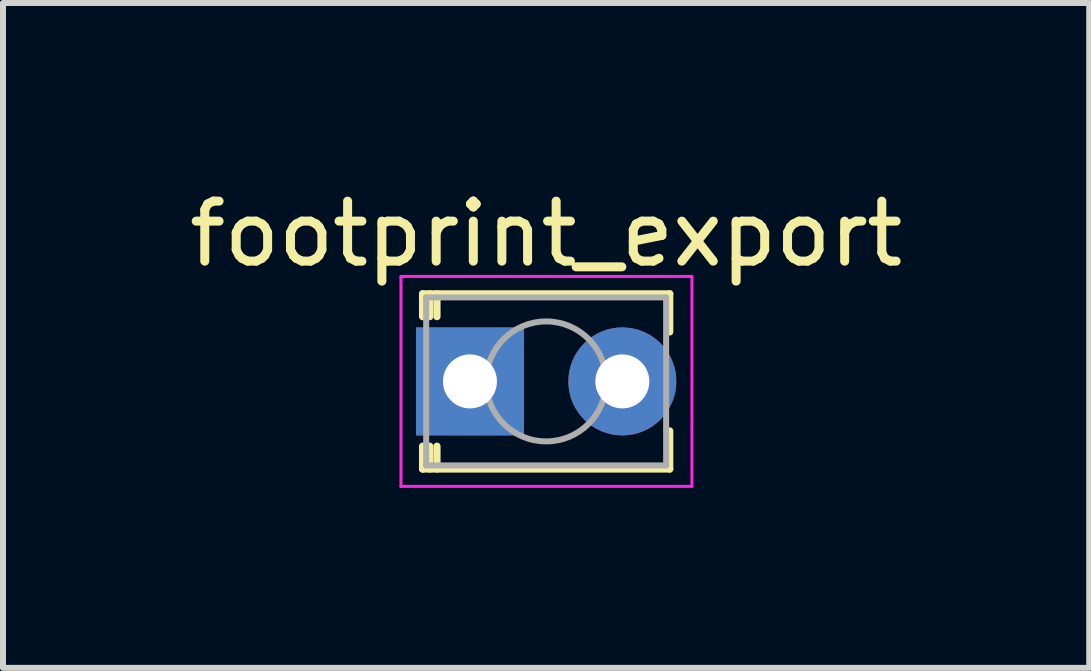
<source format=kicad_pcb>
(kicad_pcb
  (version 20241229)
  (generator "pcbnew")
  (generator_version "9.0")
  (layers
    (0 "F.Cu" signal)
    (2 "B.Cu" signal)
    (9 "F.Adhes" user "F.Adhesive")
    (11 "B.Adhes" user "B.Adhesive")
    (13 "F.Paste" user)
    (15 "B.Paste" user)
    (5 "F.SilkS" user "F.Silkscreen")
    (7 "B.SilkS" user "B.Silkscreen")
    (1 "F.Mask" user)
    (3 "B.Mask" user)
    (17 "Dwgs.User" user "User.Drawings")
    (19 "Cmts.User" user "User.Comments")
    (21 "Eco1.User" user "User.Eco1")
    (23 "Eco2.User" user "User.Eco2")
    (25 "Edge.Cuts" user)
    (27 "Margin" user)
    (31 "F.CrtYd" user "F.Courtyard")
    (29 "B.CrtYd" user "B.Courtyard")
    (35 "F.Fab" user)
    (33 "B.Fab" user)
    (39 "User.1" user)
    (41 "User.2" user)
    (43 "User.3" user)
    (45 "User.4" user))
  (footprint "footprint_export"
    (layer "F.Cu")
    (at 4.784 3.308)
    (property "Reference" "footprint_export" (at 1.27 -2.46 0) (layer "F.SilkS") (effects (font (size 1 1) (thickness 0.15))))
    (attr through_hole)
    (fp_line (start -0.79 -1.46) (end -0.79 -1.08) (stroke (width 0.12) (type solid)) (layer "F.SilkS"))
    (fp_line (start -0.79 -1.46) (end 3.33 -1.46) (stroke (width 0.12) (type solid)) (layer "F.SilkS"))
    (fp_line (start -0.79 1.08) (end -0.79 1.46) (stroke (width 0.12) (type solid)) (layer "F.SilkS"))
    (fp_line (start -0.79 1.46) (end 3.33 1.46) (stroke (width 0.12) (type solid)) (layer "F.SilkS"))
    (fp_line (start -0.67 -1.46) (end -0.67 -1.08) (stroke (width 0.12) (type solid)) (layer "F.SilkS"))
    (fp_line (start -0.67 1.08) (end -0.67 1.46) (stroke (width 0.12) (type solid)) (layer "F.SilkS"))
    (fp_line (start -0.55 -1.46) (end -0.55 -1.08) (stroke (width 0.12) (type solid)) (layer "F.SilkS"))
    (fp_line (start -0.55 1.08) (end -0.55 1.46) (stroke (width 0.12) (type solid)) (layer "F.SilkS"))
    (fp_line (start 3.33 -1.46) (end 3.33 -0.825) (stroke (width 0.12) (type solid)) (layer "F.SilkS"))
    (fp_line (start 3.33 0.825) (end 3.33 1.46) (stroke (width 0.12) (type solid)) (layer "F.SilkS"))
    (fp_line (start -1.15 -1.75) (end -1.15 1.75) (stroke (width 0.05) (type solid)) (layer "F.CrtYd"))
    (fp_line (start -1.15 1.75) (end 3.7 1.75) (stroke (width 0.05) (type solid)) (layer "F.CrtYd"))
    (fp_line (start 3.7 -1.75) (end -1.15 -1.75) (stroke (width 0.05) (type solid)) (layer "F.CrtYd"))
    (fp_line (start 3.7 1.75) (end 3.7 -1.75) (stroke (width 0.05) (type solid)) (layer "F.CrtYd"))
    (fp_line (start -0.73 -1.4) (end -0.73 1.4) (stroke (width 0.1) (type solid)) (layer "F.Fab"))
    (fp_line (start -0.73 1.4) (end 3.27 1.4) (stroke (width 0.1) (type solid)) (layer "F.Fab"))
    (fp_line (start 3.27 -1.4) (end -0.73 -1.4) (stroke (width 0.1) (type solid)) (layer "F.Fab"))
    (fp_line (start 3.27 1.4) (end 3.27 -1.4) (stroke (width 0.1) (type solid)) (layer "F.Fab"))
    (fp_circle (center 1.27 0) (end 2.27 0) (stroke (width 0.1) (type solid)) (fill no) (layer "F.Fab"))
    (pad "1" thru_hole rect (at 0 0) (size 1.8 1.8) (drill 0.9) (layers "*.Cu" "*.Mask"))
    (pad "2" thru_hole circle (at 2.54 0) (size 1.8 1.8) (drill 0.9) (layers "*.Cu" "*.Mask")))
  (gr_rect
    (start -3 -3)
    (end 15.107 8.083)
    (stroke (width 0.1) (type default))
    (fill no)
    (layer "Edge.Cuts")))
</source>
